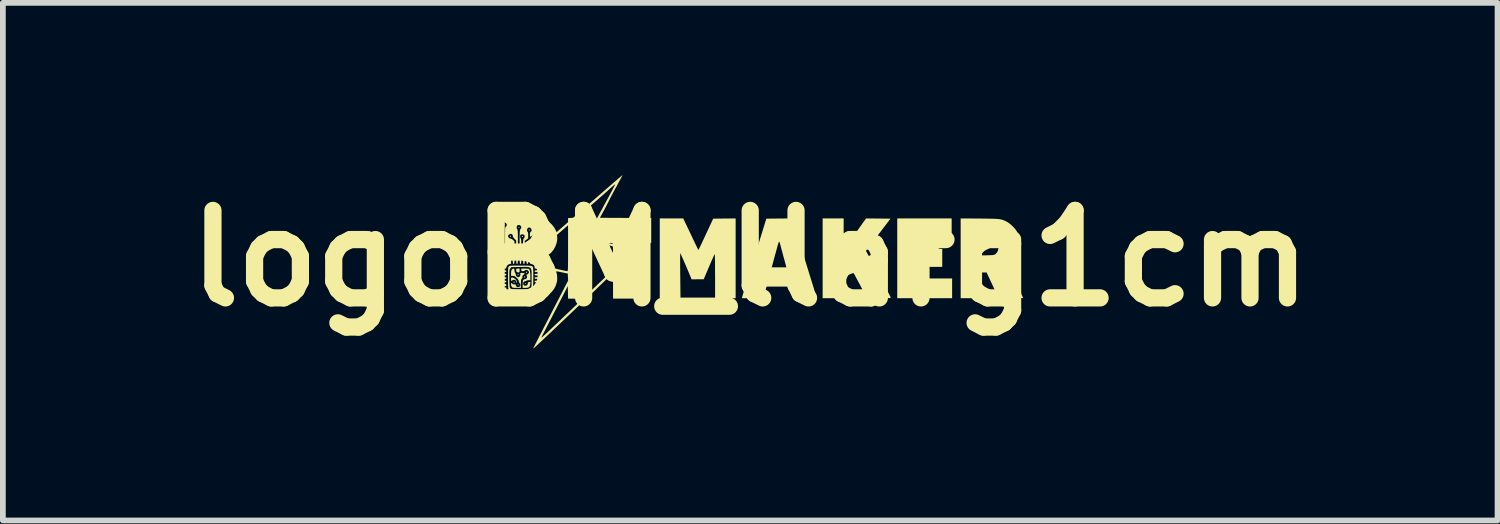
<source format=kicad_pcb>
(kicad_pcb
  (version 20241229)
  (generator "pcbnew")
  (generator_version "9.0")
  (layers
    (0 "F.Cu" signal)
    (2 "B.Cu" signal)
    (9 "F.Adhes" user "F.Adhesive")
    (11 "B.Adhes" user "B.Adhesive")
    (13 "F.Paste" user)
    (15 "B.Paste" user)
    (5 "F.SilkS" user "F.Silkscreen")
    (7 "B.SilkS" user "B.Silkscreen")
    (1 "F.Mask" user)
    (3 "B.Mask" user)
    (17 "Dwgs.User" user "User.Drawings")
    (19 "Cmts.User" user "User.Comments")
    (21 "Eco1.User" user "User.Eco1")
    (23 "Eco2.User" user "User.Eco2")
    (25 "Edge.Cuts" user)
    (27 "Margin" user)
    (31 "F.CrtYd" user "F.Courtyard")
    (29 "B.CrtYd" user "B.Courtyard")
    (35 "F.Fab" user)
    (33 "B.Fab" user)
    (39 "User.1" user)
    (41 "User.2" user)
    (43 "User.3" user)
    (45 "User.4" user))
  (footprint "logoBM_llarg1cm"
    (layer "F.Cu")
    (at 10.022 1.451)
    (property "Reference" "logoBM_llarg1cm" (at 0 0 0) (layer "F.SilkS") (effects (font (size 1.524 1.524) (thickness 0.3))))
    (attr board_only exclude_from_pos_files exclude_from_bom)
    (fp_poly (pts (xy -4.274 -0.585) (xy -4.273 -0.583) (xy -4.277 -0.576) (xy -4.283 -0.575) (xy -4.292 -0.579) (xy -4.293 -0.583) (xy -4.285 -0.591) (xy -4.283 -0.591)) (stroke (width 0) (type solid)) (fill yes) (layer "F.SilkS"))
    (fp_poly (pts (xy -4.168 -0.39) (xy -4.167 -0.385) (xy -4.172 -0.374) (xy -4.182 -0.376) (xy -4.185 -0.378) (xy -4.186 -0.388) (xy -4.179 -0.395) (xy -4.174 -0.396)) (stroke (width 0) (type solid)) (fill yes) (layer "F.SilkS"))
    (fp_poly (pts (xy -4.107 0.407) (xy -4.104 0.416) (xy -4.109 0.424) (xy -4.115 0.426) (xy -4.125 0.42) (xy -4.126 0.419) (xy -4.125 0.41) (xy -4.117 0.405)) (stroke (width 0) (type solid)) (fill yes) (layer "F.SilkS"))
    (fp_poly (pts (xy -4.035 0.46) (xy -4.034 0.462) (xy -4.038 0.469) (xy -4.044 0.471) (xy -4.053 0.467) (xy -4.054 0.462) (xy -4.046 0.455) (xy -4.044 0.454)) (stroke (width 0) (type solid)) (fill yes) (layer "F.SilkS"))
    (fp_poly (pts (xy -4.034 0.28) (xy -4.033 0.283) (xy -4.038 0.293) (xy -4.047 0.295) (xy -4.051 0.294) (xy -4.055 0.283) (xy -4.047 0.277) (xy -4.044 0.276)) (stroke (width 0) (type solid)) (fill yes) (layer "F.SilkS"))
    (fp_poly (pts (xy -4.02 -0.54) (xy -4.019 -0.538) (xy -4.023 -0.531) (xy -4.029 -0.53) (xy -4.038 -0.534) (xy -4.039 -0.538) (xy -4.031 -0.546) (xy -4.029 -0.546)) (stroke (width 0) (type solid)) (fill yes) (layer "F.SilkS"))
    (fp_poly (pts (xy -3.96 -0.385) (xy -3.958 -0.381) (xy -3.963 -0.372) (xy -3.973 -0.369) (xy -3.976 -0.371) (xy -3.98 -0.382) (xy -3.972 -0.388) (xy -3.969 -0.388)) (stroke (width 0) (type solid)) (fill yes) (layer "F.SilkS"))
    (fp_poly (pts (xy -3.922 0.32) (xy -3.921 0.325) (xy -3.925 0.335) (xy -3.936 0.333) (xy -3.938 0.331) (xy -3.94 0.322) (xy -3.932 0.314) (xy -3.928 0.314)) (stroke (width 0) (type solid)) (fill yes) (layer "F.SilkS"))
    (fp_poly (pts (xy -3.908 0.438) (xy -3.907 0.44) (xy -3.911 0.447) (xy -3.917 0.448) (xy -3.926 0.444) (xy -3.927 0.44) (xy -3.919 0.432) (xy -3.917 0.432)) (stroke (width 0) (type solid)) (fill yes) (layer "F.SilkS"))
    (fp_poly (pts (xy -3.891 0.235) (xy -3.887 0.244) (xy -3.893 0.252) (xy -3.899 0.254) (xy -3.908 0.249) (xy -3.909 0.247) (xy -3.909 0.238) (xy -3.9 0.233)) (stroke (width 0) (type solid)) (fill yes) (layer "F.SilkS"))
    (fp_poly (pts (xy -3.841 -0.496) (xy -3.84 -0.493) (xy -3.844 -0.487) (xy -3.85 -0.485) (xy -3.859 -0.489) (xy -3.86 -0.493) (xy -3.852 -0.501) (xy -3.85 -0.502)) (stroke (width 0) (type solid)) (fill yes) (layer "F.SilkS"))
    (fp_poly (pts (xy -3.704 -0.275) (xy -3.703 -0.273) (xy -3.709 -0.264) (xy -3.711 -0.263) (xy -3.718 -0.266) (xy -3.719 -0.273) (xy -3.715 -0.282) (xy -3.711 -0.282)) (stroke (width 0) (type solid)) (fill yes) (layer "F.SilkS"))
    (fp_poly (pts (xy -3.698 -0.444) (xy -3.697 -0.441) (xy -3.702 -0.431) (xy -3.711 -0.429) (xy -3.714 -0.431) (xy -3.719 -0.442) (xy -3.711 -0.448) (xy -3.708 -0.448)) (stroke (width 0) (type solid)) (fill yes) (layer "F.SilkS"))
    (fp_poly (pts (xy 3.51 -0.351) (xy 2.928 -0.351) (xy 2.928 -0.164) (xy 3.346 -0.164) (xy 3.346 0.149) (xy 2.928 0.149) (xy 2.928 0.351) (xy 3.518 0.351) (xy 3.518 0.695) (xy 2.562 0.695) (xy 2.562 -0.695) (xy 3.51 -0.695)) (stroke (width 0) (type solid)) (fill yes) (layer "F.SilkS"))
    (fp_poly (pts (xy -4.018 0.212) (xy -4.019 0.233) (xy -4.022 0.242) (xy -4.032 0.245) (xy -4.04 0.245) (xy -4.059 0.242) (xy -4.07 0.236) (xy -4.075 0.224) (xy -4.078 0.205) (xy -4.078 0.204) (xy -4.077 0.188) (xy -4.071 0.181) (xy -4.056 0.179) (xy -4.048 0.179) (xy -4.018 0.179)) (stroke (width 0) (type solid)) (fill yes) (layer "F.SilkS"))
    (fp_poly (pts (xy -4.122 0.341) (xy -4.102 0.354) (xy -4.083 0.371) (xy -4.07 0.391) (xy -4.063 0.41) (xy -4.065 0.424) (xy -4.07 0.429) (xy -4.074 0.428) (xy -4.073 0.422) (xy -4.074 0.408) (xy -4.081 0.392) (xy -4.097 0.378) (xy -4.118 0.373) (xy -4.138 0.379) (xy -4.145 0.385) (xy -4.157 0.395) (xy -4.164 0.391) (xy -4.167 0.373) (xy -4.167 0.366) (xy -4.167 0.347) (xy -4.162 0.338) (xy -4.149 0.336) (xy -4.143 0.336)) (stroke (width 0) (type solid)) (fill yes) (layer "F.SilkS"))
    (fp_poly (pts (xy -0.254 0.695) (xy -0.612 0.695) (xy -0.612 0.31) (xy -0.613 0.236) (xy -0.613 0.166) (xy -0.613 0.103) (xy -0.614 0.047) (xy -0.615 -0.000056) (xy -0.616 -0.037) (xy -0.617 -0.062) (xy -0.618 -0.074) (xy -0.618 -0.075) (xy -0.622 -0.068) (xy -0.631 -0.049) (xy -0.645 -0.02) (xy -0.662 0.018) (xy -0.682 0.064) (xy -0.704 0.115) (xy -0.717 0.145) (xy -0.81 0.365) (xy -1.021 0.366) (xy -1.117 0.138) (xy -1.141 0.084) (xy -1.162 0.034) (xy -1.181 -0.009) (xy -1.197 -0.045) (xy -1.209 -0.071) (xy -1.217 -0.086) (xy -1.219 -0.09) (xy -1.22 -0.082) (xy -1.22 -0.062) (xy -1.221 -0.029) (xy -1.221 0.015) (xy -1.221 0.068) (xy -1.221 0.13) (xy -1.22 0.197) (xy -1.22 0.271) (xy -1.219 0.302) (xy -1.215 0.695) (xy -1.576 0.695) (xy -1.576 -0.695) (xy -1.167 -0.695) (xy -1.038 -0.424) (xy -1.01 -0.365) (xy -0.984 -0.31) (xy -0.96 -0.261) (xy -0.94 -0.219) (xy -0.924 -0.186) (xy -0.913 -0.163) (xy -0.907 -0.151) (xy -0.906 -0.15) (xy -0.9 -0.151) (xy -0.899 -0.151) (xy -0.895 -0.159) (xy -0.886 -0.178) (xy -0.871 -0.208) (xy -0.852 -0.248) (xy -0.83 -0.295) (xy -0.805 -0.348) (xy -0.778 -0.406) (xy -0.77 -0.423) (xy -0.645 -0.691) (xy -0.449 -0.693) (xy -0.254 -0.695)) (stroke (width 0) (type solid)) (fill yes) (layer "F.SilkS"))
    (fp_poly (pts (xy -3.927 0.179) (xy -3.897 0.18) (xy -3.873 0.182) (xy -3.858 0.184) (xy -3.856 0.185) (xy -3.845 0.199) (xy -3.837 0.225) (xy -3.832 0.263) (xy -3.831 0.307) (xy -3.831 0.381) (xy -3.861 0.381) (xy -3.881 0.383) (xy -3.893 0.387) (xy -3.895 0.388) (xy -3.905 0.394) (xy -3.916 0.396) (xy -3.936 0.402) (xy -3.952 0.417) (xy -3.958 0.436) (xy -3.953 0.46) (xy -3.936 0.475) (xy -3.918 0.478) (xy -3.895 0.474) (xy -3.881 0.461) (xy -3.875 0.437) (xy -3.87 0.42) (xy -3.858 0.413) (xy -3.851 0.412) (xy -3.829 0.41) (xy -3.833 0.449) (xy -3.839 0.479) (xy -3.85 0.499) (xy -3.87 0.51) (xy -3.901 0.515) (xy -3.918 0.515) (xy -3.966 0.515) (xy -3.964 0.447) (xy -3.963 0.413) (xy -3.96 0.39) (xy -3.954 0.377) (xy -3.943 0.369) (xy -3.925 0.364) (xy -3.919 0.362) (xy -3.899 0.352) (xy -3.888 0.333) (xy -3.89 0.311) (xy -3.894 0.302) (xy -3.901 0.289) (xy -3.898 0.284) (xy -3.889 0.282) (xy -3.874 0.275) (xy -3.862 0.26) (xy -3.855 0.245) (xy -3.857 0.232) (xy -3.864 0.221) (xy -3.88 0.206) (xy -3.901 0.201) (xy -3.921 0.207) (xy -3.928 0.213) (xy -3.942 0.221) (xy -3.962 0.224) (xy -3.963 0.224) (xy -3.98 0.223) (xy -3.987 0.216) (xy -3.988 0.202) (xy -3.988 0.179)) (stroke (width 0) (type solid)) (fill yes) (layer "F.SilkS"))
    (fp_poly (pts (xy 2.232 -0.693) (xy 2.444 -0.691) (xy 2.248 -0.433) (xy 2.206 -0.378) (xy 2.166 -0.326) (xy 2.13 -0.278) (xy 2.098 -0.236) (xy 2.071 -0.201) (xy 2.051 -0.174) (xy 2.038 -0.158) (xy 2.034 -0.153) (xy 2.017 -0.13) (xy 2.231 0.269) (xy 2.269 0.341) (xy 2.305 0.409) (xy 2.339 0.472) (xy 2.369 0.529) (xy 2.395 0.578) (xy 2.417 0.62) (xy 2.433 0.652) (xy 2.444 0.672) (xy 2.448 0.681) (xy 2.448 0.681) (xy 2.448 0.685) (xy 2.445 0.688) (xy 2.438 0.691) (xy 2.425 0.692) (xy 2.403 0.693) (xy 2.373 0.694) (xy 2.332 0.694) (xy 2.278 0.695) (xy 2.243 0.695) (xy 2.035 0.695) (xy 1.897 0.433) (xy 1.866 0.376) (xy 1.838 0.323) (xy 1.812 0.276) (xy 1.79 0.236) (xy 1.771 0.204) (xy 1.759 0.183) (xy 1.751 0.172) (xy 1.751 0.172) (xy 1.743 0.177) (xy 1.729 0.193) (xy 1.71 0.215) (xy 1.687 0.243) (xy 1.685 0.246) (xy 1.628 0.32) (xy 1.628 0.695) (xy 1.262 0.695) (xy 1.262 -0.695) (xy 1.628 -0.695) (xy 1.628 -0.425) (xy 1.628 -0.358) (xy 1.629 -0.298) (xy 1.63 -0.248) (xy 1.631 -0.207) (xy 1.632 -0.178) (xy 1.634 -0.161) (xy 1.635 -0.158) (xy 1.641 -0.165) (xy 1.654 -0.182) (xy 1.674 -0.209) (xy 1.699 -0.244) (xy 1.729 -0.287) (xy 1.763 -0.335) (xy 1.8 -0.387) (xy 1.812 -0.404) (xy 1.85 -0.458) (xy 1.887 -0.51) (xy 1.92 -0.557) (xy 1.949 -0.598) (xy 1.972 -0.631) (xy 1.99 -0.655) (xy 2 -0.67) (xy 2.002 -0.671) (xy 2.02 -0.695)) (stroke (width 0) (type solid)) (fill yes) (layer "F.SilkS"))
    (fp_poly (pts (xy -4.113 0.182) (xy -4.109 0.191) (xy -4.108 0.211) (xy -4.108 0.212) (xy -4.105 0.237) (xy -4.097 0.253) (xy -4.096 0.254) (xy -4.088 0.268) (xy -4.085 0.284) (xy -4.079 0.305) (xy -4.062 0.322) (xy -4.04 0.329) (xy -4.04 0.329) (xy -4.022 0.322) (xy -4.009 0.305) (xy -4.004 0.283) (xy -4.005 0.277) (xy -4.006 0.263) (xy -4.002 0.256) (xy -3.99 0.254) (xy -3.973 0.254) (xy -3.949 0.256) (xy -3.934 0.263) (xy -3.931 0.272) (xy -3.94 0.281) (xy -3.947 0.284) (xy -3.964 0.297) (xy -3.971 0.316) (xy -3.969 0.33) (xy -3.971 0.342) (xy -3.98 0.355) (xy -3.987 0.363) (xy -3.992 0.374) (xy -3.994 0.391) (xy -3.995 0.418) (xy -3.996 0.442) (xy -3.996 0.515) (xy -4.067 0.515) (xy -4.101 0.515) (xy -4.124 0.513) (xy -4.139 0.51) (xy -4.149 0.504) (xy -4.152 0.5) (xy -4.165 0.477) (xy -4.167 0.456) (xy -4.166 0.434) (xy -4.16 0.427) (xy -4.152 0.434) (xy -4.146 0.441) (xy -4.135 0.452) (xy -4.118 0.455) (xy -4.111 0.454) (xy -4.093 0.453) (xy -4.086 0.458) (xy -4.085 0.467) (xy -4.079 0.487) (xy -4.061 0.499) (xy -4.043 0.502) (xy -4.021 0.496) (xy -4.008 0.481) (xy -4.004 0.461) (xy -4.012 0.44) (xy -4.018 0.433) (xy -4.029 0.414) (xy -4.033 0.397) (xy -4.037 0.38) (xy -4.051 0.36) (xy -4.069 0.341) (xy -4.09 0.322) (xy -4.106 0.311) (xy -4.122 0.307) (xy -4.136 0.306) (xy -4.167 0.306) (xy -4.167 0.258) (xy -4.164 0.219) (xy -4.153 0.194) (xy -4.135 0.181) (xy -4.123 0.179)) (stroke (width 0) (type solid)) (fill yes) (layer "F.SilkS"))
    (fp_poly (pts (xy 3.997 -0.693) (xy 4.081 -0.692) (xy 4.151 -0.691) (xy 4.209 -0.69) (xy 4.257 -0.689) (xy 4.297 -0.686) (xy 4.329 -0.684) (xy 4.357 -0.68) (xy 4.38 -0.675) (xy 4.401 -0.669) (xy 4.421 -0.661) (xy 4.442 -0.652) (xy 4.465 -0.64) (xy 4.466 -0.64) (xy 4.502 -0.618) (xy 4.542 -0.587) (xy 4.581 -0.55) (xy 4.616 -0.512) (xy 4.642 -0.475) (xy 4.648 -0.465) (xy 4.674 -0.403) (xy 4.691 -0.332) (xy 4.699 -0.251) (xy 4.699 -0.22) (xy 4.695 -0.14) (xy 4.683 -0.071) (xy 4.662 -0.009) (xy 4.63 0.047) (xy 4.613 0.07) (xy 4.597 0.087) (xy 4.575 0.108) (xy 4.55 0.129) (xy 4.525 0.148) (xy 4.505 0.161) (xy 4.496 0.166) (xy 4.497 0.173) (xy 4.505 0.191) (xy 4.518 0.221) (xy 4.537 0.259) (xy 4.559 0.304) (xy 4.585 0.356) (xy 4.614 0.412) (xy 4.622 0.429) (xy 4.652 0.487) (xy 4.68 0.54) (xy 4.704 0.587) (xy 4.725 0.628) (xy 4.741 0.659) (xy 4.752 0.681) (xy 4.757 0.692) (xy 4.757 0.692) (xy 4.75 0.693) (xy 4.73 0.693) (xy 4.699 0.694) (xy 4.658 0.694) (xy 4.61 0.694) (xy 4.556 0.694) (xy 4.543 0.694) (xy 4.328 0.694) (xy 4.119 0.247) (xy 4.08 0.247) (xy 4.04 0.246) (xy 4.04 0.695) (xy 3.667 0.695) (xy 3.667 -0.36) (xy 4.04 -0.36) (xy 4.04 -0.051) (xy 4.144 -0.053) (xy 4.187 -0.055) (xy 4.218 -0.056) (xy 4.239 -0.059) (xy 4.253 -0.063) (xy 4.264 -0.068) (xy 4.269 -0.071) (xy 4.297 -0.097) (xy 4.314 -0.128) (xy 4.324 -0.165) (xy 4.328 -0.204) (xy 4.325 -0.245) (xy 4.316 -0.281) (xy 4.303 -0.306) (xy 4.288 -0.324) (xy 4.274 -0.337) (xy 4.256 -0.346) (xy 4.233 -0.352) (xy 4.202 -0.355) (xy 4.159 -0.357) (xy 4.144 -0.357) (xy 4.04 -0.36) (xy 3.667 -0.36) (xy 3.667 -0.695)) (stroke (width 0) (type solid)) (fill yes) (layer "F.SilkS"))
    (fp_poly (pts (xy 0.738 -0.67) (xy 0.744 -0.652) (xy 0.754 -0.621) (xy 0.767 -0.58) (xy 0.783 -0.528) (xy 0.801 -0.468) (xy 0.822 -0.401) (xy 0.845 -0.328) (xy 0.869 -0.25) (xy 0.894 -0.168) (xy 0.92 -0.084) (xy 0.947 0.001) (xy 0.973 0.087) (xy 0.999 0.171) (xy 1.024 0.252) (xy 1.048 0.33) (xy 1.071 0.403) (xy 1.092 0.47) (xy 1.11 0.53) (xy 1.126 0.581) (xy 1.138 0.622) (xy 1.147 0.652) (xy 1.153 0.67) (xy 1.154 0.674) (xy 1.159 0.695) (xy 0.968 0.695) (xy 0.91 0.694) (xy 0.865 0.694) (xy 0.831 0.694) (xy 0.807 0.693) (xy 0.791 0.691) (xy 0.781 0.689) (xy 0.776 0.686) (xy 0.774 0.682) (xy 0.774 0.681) (xy 0.771 0.669) (xy 0.764 0.646) (xy 0.756 0.615) (xy 0.746 0.581) (xy 0.722 0.493) (xy 0.285 0.493) (xy 0.277 0.517) (xy 0.272 0.535) (xy 0.265 0.562) (xy 0.256 0.596) (xy 0.25 0.618) (xy 0.229 0.695) (xy -0.144 0.695) (xy -0.139 0.67) (xy -0.136 0.66) (xy -0.129 0.636) (xy -0.118 0.6) (xy -0.104 0.553) (xy -0.086 0.496) (xy -0.066 0.429) (xy -0.043 0.355) (xy -0.018 0.274) (xy 0.009 0.186) (xy 0.018 0.157) (xy 0.375 0.157) (xy 0.629 0.157) (xy 0.626 0.14) (xy 0.623 0.13) (xy 0.617 0.107) (xy 0.608 0.075) (xy 0.598 0.035) (xy 0.585 -0.01) (xy 0.572 -0.058) (xy 0.559 -0.107) (xy 0.546 -0.154) (xy 0.535 -0.197) (xy 0.525 -0.234) (xy 0.517 -0.262) (xy 0.512 -0.279) (xy 0.511 -0.282) (xy 0.508 -0.289) (xy 0.503 -0.289) (xy 0.497 -0.279) (xy 0.49 -0.26) (xy 0.48 -0.229) (xy 0.468 -0.185) (xy 0.458 -0.147) (xy 0.444 -0.097) (xy 0.429 -0.044) (xy 0.416 0.005) (xy 0.404 0.048) (xy 0.397 0.077) (xy 0.375 0.157) (xy 0.018 0.157) (xy 0.038 0.094) (xy 0.068 -0.002) (xy 0.074 -0.022) (xy 0.281 -0.691) (xy 0.506 -0.693) (xy 0.731 -0.695)) (stroke (width 0) (type solid)) (fill yes) (layer "F.SilkS"))
    (fp_poly (pts (xy -3.939 0.127) (xy -3.891 0.127) (xy -3.854 0.129) (xy -3.828 0.131) (xy -3.809 0.134) (xy -3.797 0.14) (xy -3.79 0.148) (xy -3.786 0.158) (xy -3.783 0.171) (xy -3.783 0.174) (xy -3.781 0.188) (xy -3.781 0.215) (xy -3.78 0.252) (xy -3.78 0.296) (xy -3.78 0.345) (xy -3.78 0.368) (xy -3.781 0.423) (xy -3.782 0.465) (xy -3.783 0.496) (xy -3.785 0.517) (xy -3.787 0.532) (xy -3.79 0.541) (xy -3.794 0.547) (xy -3.799 0.552) (xy -3.8 0.553) (xy -3.807 0.558) (xy -3.815 0.561) (xy -3.827 0.564) (xy -3.845 0.565) (xy -3.87 0.566) (xy -3.905 0.567) (xy -3.951 0.567) (xy -3.998 0.567) (xy -4.049 0.567) (xy -4.095 0.566) (xy -4.135 0.565) (xy -4.165 0.564) (xy -4.184 0.563) (xy -4.19 0.562) (xy -4.199 0.558) (xy -4.206 0.553) (xy -4.211 0.543) (xy -4.214 0.528) (xy -4.217 0.506) (xy -4.219 0.475) (xy -4.219 0.433) (xy -4.22 0.379) (xy -4.22 0.346) (xy -4.22 0.34) (xy -4.197 0.34) (xy -4.197 0.386) (xy -4.196 0.428) (xy -4.194 0.463) (xy -4.192 0.489) (xy -4.19 0.503) (xy -4.19 0.503) (xy -4.183 0.517) (xy -4.174 0.527) (xy -4.159 0.534) (xy -4.137 0.54) (xy -4.106 0.543) (xy -4.065 0.544) (xy -4.011 0.545) (xy -4.005 0.545) (xy -3.959 0.545) (xy -3.917 0.543) (xy -3.883 0.542) (xy -3.859 0.539) (xy -3.849 0.537) (xy -3.837 0.532) (xy -3.827 0.526) (xy -3.82 0.516) (xy -3.815 0.501) (xy -3.812 0.479) (xy -3.81 0.449) (xy -3.809 0.407) (xy -3.809 0.353) (xy -3.809 0.345) (xy -3.809 0.287) (xy -3.809 0.242) (xy -3.812 0.207) (xy -3.819 0.182) (xy -3.831 0.166) (xy -3.851 0.156) (xy -3.879 0.151) (xy -3.918 0.149) (xy -3.969 0.15) (xy -4.017 0.151) (xy -4.161 0.153) (xy -4.179 0.174) (xy -4.185 0.182) (xy -4.19 0.19) (xy -4.193 0.2) (xy -4.195 0.216) (xy -4.197 0.239) (xy -4.197 0.27) (xy -4.197 0.314) (xy -4.197 0.34) (xy -4.22 0.34) (xy -4.22 0.288) (xy -4.219 0.243) (xy -4.219 0.209) (xy -4.218 0.184) (xy -4.216 0.167) (xy -4.213 0.156) (xy -4.21 0.149) (xy -4.206 0.143) (xy -4.205 0.142) (xy -4.199 0.137) (xy -4.193 0.134) (xy -4.182 0.131) (xy -4.167 0.129) (xy -4.144 0.128) (xy -4.113 0.127) (xy -4.07 0.127) (xy -4.015 0.127) (xy -4 0.127)) (stroke (width 0) (type solid)) (fill yes) (layer "F.SilkS"))
    (fp_poly (pts (xy -2.239 -1.422) (xy -2.247 -1.407) (xy -2.26 -1.382) (xy -2.279 -1.348) (xy -2.301 -1.307) (xy -2.325 -1.261) (xy -2.345 -1.225) (xy -2.372 -1.175) (xy -2.399 -1.125) (xy -2.423 -1.078) (xy -2.445 -1.037) (xy -2.461 -1.004) (xy -2.468 -0.99) (xy -2.484 -0.959) (xy -2.504 -0.919) (xy -2.527 -0.875) (xy -2.551 -0.831) (xy -2.56 -0.814) (xy -2.619 -0.706) (xy -2.172 -0.704) (xy -1.725 -0.702) (xy -1.725 -0.269) (xy -2.009 -0.269) (xy -2.009 -0.22) (xy -2.008 -0.192) (xy -2.005 -0.175) (xy -1.999 -0.168) (xy -1.998 -0.168) (xy -1.976 -0.161) (xy -1.967 -0.155) (xy -1.97 -0.148) (xy -1.983 -0.136) (xy -1.985 -0.135) (xy -2.009 -0.115) (xy -2.009 0.702) (xy -2.39 0.702) (xy -2.39 0.482) (xy -2.39 0.426) (xy -2.391 0.376) (xy -2.391 0.332) (xy -2.392 0.297) (xy -2.393 0.274) (xy -2.395 0.262) (xy -2.395 0.261) (xy -2.402 0.266) (xy -2.418 0.28) (xy -2.44 0.302) (xy -2.469 0.329) (xy -2.501 0.36) (xy -2.505 0.364) (xy -2.545 0.403) (xy -2.589 0.446) (xy -2.633 0.488) (xy -2.672 0.526) (xy -2.694 0.548) (xy -2.778 0.628) (xy -2.778 0.702) (xy -2.857 0.702) (xy -3.312 1.135) (xy -3.382 1.201) (xy -3.448 1.264) (xy -3.51 1.323) (xy -3.568 1.377) (xy -3.62 1.426) (xy -3.666 1.469) (xy -3.705 1.506) (xy -3.736 1.534) (xy -3.758 1.555) (xy -3.771 1.566) (xy -3.773 1.568) (xy -3.779 1.565) (xy -3.779 1.565) (xy -3.776 1.558) (xy -3.766 1.539) (xy -3.75 1.508) (xy -3.729 1.467) (xy -3.703 1.416) (xy -3.685 1.381) (xy -3.636 1.381) (xy -3.633 1.381) (xy -3.628 1.378) (xy -3.62 1.37) (xy -3.601 1.353) (xy -3.574 1.328) (xy -3.538 1.294) (xy -3.496 1.255) (xy -3.448 1.209) (xy -3.395 1.159) (xy -3.338 1.105) (xy -3.278 1.048) (xy -3.264 1.034) (xy -2.92 0.706) (xy -3.047 0.704) (xy -3.174 0.702) (xy -3.176 0.592) (xy -3.178 0.483) (xy -3.36 0.837) (xy -3.397 0.909) (xy -3.433 0.979) (xy -3.468 1.047) (xy -3.501 1.11) (xy -3.531 1.168) (xy -3.557 1.218) (xy -3.577 1.258) (xy -3.593 1.287) (xy -3.595 1.292) (xy -3.615 1.33) (xy -3.628 1.357) (xy -3.635 1.373) (xy -3.636 1.381) (xy -3.685 1.381) (xy -3.673 1.357) (xy -3.639 1.291) (xy -3.601 1.217) (xy -3.561 1.139) (xy -3.518 1.055) (xy -3.476 0.975) (xy -3.173 0.388) (xy -3.176 0.327) (xy -3.178 0.266) (xy -3.278 0.245) (xy -3.314 0.237) (xy -3.345 0.231) (xy -3.368 0.228) (xy -3.38 0.226) (xy -3.381 0.227) (xy -3.38 0.235) (xy -3.376 0.249) (xy -3.368 0.28) (xy -3.364 0.319) (xy -3.363 0.361) (xy -3.366 0.4) (xy -3.368 0.407) (xy -3.386 0.471) (xy -3.417 0.531) (xy -3.459 0.586) (xy -3.508 0.631) (xy -3.548 0.657) (xy -3.565 0.666) (xy -3.582 0.674) (xy -3.599 0.68) (xy -3.618 0.686) (xy -3.64 0.69) (xy -3.667 0.694) (xy -3.699 0.696) (xy -3.738 0.698) (xy -3.785 0.7) (xy -3.841 0.701) (xy -3.908 0.701) (xy -3.987 0.702) (xy -4.08 0.702) (xy -4.113 0.702) (xy -4.533 0.702) (xy -4.533 0.497) (xy -4.354 0.497) (xy -4.351 0.503) (xy -4.34 0.506) (xy -4.318 0.508) (xy -4.303 0.508) (xy -4.251 0.508) (xy -4.247 0.538) (xy -4.239 0.562) (xy -4.224 0.578) (xy -4.218 0.583) (xy -4.21 0.587) (xy -4.201 0.591) (xy -4.189 0.593) (xy -4.172 0.595) (xy -4.149 0.596) (xy -4.117 0.597) (xy -4.074 0.596) (xy -4.02 0.596) (xy -3.994 0.596) (xy -3.795 0.594) (xy -3.776 0.576) (xy -3.76 0.552) (xy -3.757 0.533) (xy -3.757 0.508) (xy -3.701 0.508) (xy -3.671 0.507) (xy -3.654 0.505) (xy -3.646 0.501) (xy -3.645 0.497) (xy -3.648 0.491) (xy -3.658 0.487) (xy -3.679 0.486) (xy -3.701 0.485) (xy -3.729 0.485) (xy -3.746 0.484) (xy -3.754 0.48) (xy -3.756 0.473) (xy -3.757 0.467) (xy -3.756 0.457) (xy -3.752 0.452) (xy -3.741 0.449) (xy -3.72 0.448) (xy -3.701 0.448) (xy -3.672 0.448) (xy -3.655 0.446) (xy -3.647 0.442) (xy -3.645 0.436) (xy -3.645 0.433) (xy -3.646 0.426) (xy -3.652 0.421) (xy -3.666 0.419) (xy -3.691 0.418) (xy -3.701 0.418) (xy -3.729 0.418) (xy -3.746 0.416) (xy -3.754 0.413) (xy -3.757 0.406) (xy -3.757 0.403) (xy -3.755 0.396) (xy -3.749 0.391) (xy -3.735 0.389) (xy -3.711 0.388) (xy -3.701 0.388) (xy -3.672 0.388) (xy -3.655 0.386) (xy -3.647 0.383) (xy -3.645 0.376) (xy -3.645 0.373) (xy -3.646 0.366) (xy -3.652 0.361) (xy -3.666 0.359) (xy -3.691 0.359) (xy -3.701 0.358) (xy -3.729 0.358) (xy -3.746 0.357) (xy -3.754 0.353) (xy -3.757 0.346) (xy -3.757 0.344) (xy -3.755 0.336) (xy -3.749 0.331) (xy -3.735 0.329) (xy -3.711 0.329) (xy -3.701 0.329) (xy -3.672 0.328) (xy -3.655 0.327) (xy -3.647 0.323) (xy -3.645 0.316) (xy -3.645 0.314) (xy -3.646 0.306) (xy -3.652 0.302) (xy -3.666 0.299) (xy -3.691 0.299) (xy -3.701 0.299) (xy -3.729 0.298) (xy -3.746 0.297) (xy -3.754 0.293) (xy -3.757 0.286) (xy -3.757 0.284) (xy -3.755 0.276) (xy -3.749 0.272) (xy -3.735 0.27) (xy -3.711 0.269) (xy -3.701 0.269) (xy -3.672 0.269) (xy -3.655 0.267) (xy -3.647 0.263) (xy -3.645 0.257) (xy -3.645 0.254) (xy -3.646 0.246) (xy -3.652 0.242) (xy -3.666 0.24) (xy -3.691 0.239) (xy -3.701 0.239) (xy -3.729 0.239) (xy -3.746 0.237) (xy -3.754 0.233) (xy -3.757 0.227) (xy -3.757 0.224) (xy -3.755 0.216) (xy -3.749 0.212) (xy -3.735 0.21) (xy -3.711 0.209) (xy -3.701 0.209) (xy -3.672 0.209) (xy -3.655 0.207) (xy -3.647 0.203) (xy -3.645 0.197) (xy -3.645 0.194) (xy -3.646 0.187) (xy -3.652 0.182) (xy -3.666 0.18) (xy -3.691 0.179) (xy -3.701 0.179) (xy -3.729 0.179) (xy -3.746 0.178) (xy -3.754 0.174) (xy -3.756 0.167) (xy -3.757 0.161) (xy -3.759 0.142) (xy -3.761 0.131) (xy -3.772 0.118) (xy -3.792 0.106) (xy -3.814 0.098) (xy -3.823 0.097) (xy -3.829 0.097) (xy -3.833 0.093) (xy -3.836 0.086) (xy -3.837 0.071) (xy -3.838 0.048) (xy -3.838 0.014) (xy -3.838 -0.005) (xy -3.642 -0.005) (xy -3.635 0.000063) (xy -3.613 0.009) (xy -3.607 0.011) (xy -3.576 0.023) (xy -3.545 0.037) (xy -3.525 0.048) (xy -3.498 0.069) (xy -3.468 0.095) (xy -3.442 0.123) (xy -3.422 0.148) (xy -3.417 0.157) (xy -3.413 0.164) (xy -3.409 0.17) (xy -3.402 0.174) (xy -3.39 0.179) (xy -3.373 0.184) (xy -3.346 0.191) (xy -3.31 0.199) (xy -3.261 0.209) (xy -3.249 0.212) (xy -3.222 0.218) (xy -3.199 0.222) (xy -3.187 0.223) (xy -3.184 0.223) (xy -3.182 0.22) (xy -3.18 0.214) (xy -3.178 0.203) (xy -3.177 0.187) (xy -3.176 0.164) (xy -3.175 0.132) (xy -3.175 0.092) (xy -3.174 0.041) (xy -3.174 -0.021) (xy -3.174 -0.096) (xy -3.174 -0.176) (xy -3.174 -0.293) (xy -2.778 -0.293) (xy -2.778 0.571) (xy -2.735 0.53) (xy -2.718 0.513) (xy -2.692 0.489) (xy -2.66 0.457) (xy -2.622 0.421) (xy -2.581 0.382) (xy -2.541 0.344) (xy -2.39 0.2) (xy -2.39 -0.004) (xy -2.39 -0.065) (xy -2.39 -0.112) (xy -2.391 -0.148) (xy -2.392 -0.174) (xy -2.393 -0.192) (xy -2.395 -0.203) (xy -2.398 -0.209) (xy -2.402 -0.212) (xy -2.403 -0.212) (xy -2.414 -0.215) (xy -2.437 -0.22) (xy -2.47 -0.227) (xy -2.511 -0.236) (xy -2.558 -0.246) (xy -2.58 -0.25) (xy -2.629 -0.26) (xy -2.653 -0.266) (xy -2.458 -0.266) (xy -2.453 -0.262) (xy -2.45 -0.261) (xy -2.427 -0.256) (xy -2.407 -0.255) (xy -2.393 -0.257) (xy -2.39 -0.261) (xy -2.397 -0.265) (xy -2.414 -0.268) (xy -2.429 -0.268) (xy -2.45 -0.267) (xy -2.458 -0.266) (xy -2.653 -0.266) (xy -2.673 -0.27) (xy -2.711 -0.278) (xy -2.74 -0.284) (xy -2.758 -0.288) (xy -2.761 -0.289) (xy -2.778 -0.293) (xy -3.174 -0.293) (xy -3.174 -0.33) (xy -2.778 -0.33) (xy -2.743 -0.323) (xy -2.718 -0.318) (xy -2.697 -0.315) (xy -2.69 -0.315) (xy -2.674 -0.314) (xy -2.674 -0.456) (xy -2.674 -0.509) (xy -2.675 -0.55) (xy -2.677 -0.579) (xy -2.679 -0.595) (xy -2.681 -0.597) (xy -2.688 -0.591) (xy -2.689 -0.586) (xy -2.692 -0.576) (xy -2.701 -0.555) (xy -2.715 -0.528) (xy -2.733 -0.496) (xy -2.733 -0.494) (xy -2.753 -0.458) (xy -2.766 -0.432) (xy -2.773 -0.412) (xy -2.777 -0.394) (xy -2.778 -0.375) (xy -2.778 -0.371) (xy -2.778 -0.33) (xy -3.174 -0.33) (xy -3.174 -0.576) (xy -3.368 -0.408) (xy -3.363 -0.377) (xy -3.363 -0.324) (xy -3.373 -0.267) (xy -3.394 -0.21) (xy -3.423 -0.155) (xy -3.459 -0.109) (xy -3.484 -0.085) (xy -3.517 -0.061) (xy -3.552 -0.039) (xy -3.587 -0.022) (xy -3.618 -0.01) (xy -3.636 -0.007) (xy -3.642 -0.005) (xy -3.838 -0.005) (xy -3.838 -0.032) (xy -3.838 -0.161) (xy -3.79 -0.196) (xy -3.76 -0.217) (xy -3.737 -0.228) (xy -3.718 -0.232) (xy -3.716 -0.232) (xy -3.69 -0.237) (xy -3.673 -0.251) (xy -3.667 -0.271) (xy -3.672 -0.291) (xy -3.686 -0.305) (xy -3.705 -0.313) (xy -3.724 -0.312) (xy -3.74 -0.304) (xy -3.749 -0.288) (xy -3.749 -0.28) (xy -3.756 -0.266) (xy -3.775 -0.247) (xy -3.795 -0.232) (xy -3.82 -0.213) (xy -3.839 -0.198) (xy -3.853 -0.185) (xy -3.861 -0.171) (xy -3.866 -0.153) (xy -3.868 -0.129) (xy -3.869 -0.095) (xy -3.869 -0.051) (xy -3.869 -0.037) (xy -3.869 0.011) (xy -3.869 0.046) (xy -3.87 0.069) (xy -3.872 0.085) (xy -3.874 0.093) (xy -3.878 0.096) (xy -3.883 0.097) (xy -3.884 0.097) (xy -3.888 0.097) (xy -3.892 0.094) (xy -3.894 0.088) (xy -3.896 0.076) (xy -3.897 0.057) (xy -3.898 0.029) (xy -3.898 -0.01) (xy -3.898 -0.061) (xy -3.899 -0.096) (xy -3.899 -0.288) (xy -3.818 -0.344) (xy -3.778 -0.371) (xy -3.748 -0.388) (xy -3.727 -0.397) (xy -3.72 -0.397) (xy -3.699 -0.4) (xy -3.68 -0.411) (xy -3.669 -0.426) (xy -3.667 -0.434) (xy -3.672 -0.459) (xy -3.688 -0.474) (xy -3.707 -0.478) (xy -3.732 -0.473) (xy -3.746 -0.459) (xy -3.749 -0.445) (xy -3.756 -0.43) (xy -3.777 -0.411) (xy -3.788 -0.403) (xy -3.81 -0.389) (xy -3.826 -0.379) (xy -3.833 -0.375) (xy -3.836 -0.38) (xy -3.838 -0.396) (xy -3.839 -0.412) (xy -3.838 -0.437) (xy -3.833 -0.452) (xy -3.824 -0.461) (xy -3.811 -0.476) (xy -3.809 -0.496) (xy -3.816 -0.515) (xy -3.831 -0.531) (xy -3.851 -0.538) (xy -3.853 -0.538) (xy -3.871 -0.531) (xy -3.884 -0.515) (xy -3.89 -0.495) (xy -3.888 -0.475) (xy -3.88 -0.463) (xy -3.873 -0.452) (xy -3.87 -0.431) (xy -3.869 -0.401) (xy -3.869 -0.347) (xy -3.899 -0.326) (xy -3.928 -0.305) (xy -3.928 -0.104) (xy -3.928 -0.044) (xy -3.929 0.003) (xy -3.929 0.038) (xy -3.93 0.063) (xy -3.931 0.08) (xy -3.933 0.09) (xy -3.936 0.095) (xy -3.94 0.097) (xy -3.943 0.097) (xy -3.948 0.097) (xy -3.951 0.094) (xy -3.954 0.088) (xy -3.955 0.077) (xy -3.957 0.059) (xy -3.958 0.033) (xy -3.958 -0.003) (xy -3.958 -0.051) (xy -3.958 -0.112) (xy -3.958 -0.118) (xy -3.958 -0.181) (xy -3.958 -0.23) (xy -3.958 -0.268) (xy -3.957 -0.296) (xy -3.955 -0.315) (xy -3.953 -0.329) (xy -3.951 -0.338) (xy -3.947 -0.343) (xy -3.943 -0.347) (xy -3.93 -0.368) (xy -3.931 -0.392) (xy -3.936 -0.404) (xy -3.949 -0.414) (xy -3.969 -0.418) (xy -3.99 -0.416) (xy -4.002 -0.409) (xy -4.009 -0.393) (xy -4.009 -0.371) (xy -4.002 -0.352) (xy -3.999 -0.348) (xy -3.996 -0.343) (xy -3.993 -0.333) (xy -3.991 -0.318) (xy -3.99 -0.295) (xy -3.989 -0.263) (xy -3.988 -0.221) (xy -3.988 -0.166) (xy -3.988 -0.12) (xy -3.988 -0.057) (xy -3.988 -0.008) (xy -3.989 0.029) (xy -3.989 0.057) (xy -3.991 0.075) (xy -3.993 0.087) (xy -3.995 0.094) (xy -3.998 0.096) (xy -4.002 0.097) (xy -4.003 0.097) (xy -4.007 0.097) (xy -4.01 0.095) (xy -4.012 0.09) (xy -4.014 0.08) (xy -4.016 0.065) (xy -4.017 0.043) (xy -4.017 0.012) (xy -4.018 -0.028) (xy -4.018 -0.08) (xy -4.018 -0.145) (xy -4.018 -0.198) (xy -4.018 -0.272) (xy -4.018 -0.333) (xy -4.018 -0.381) (xy -4.017 -0.42) (xy -4.016 -0.448) (xy -4.015 -0.47) (xy -4.013 -0.484) (xy -4.011 -0.494) (xy -4.008 -0.501) (xy -4.005 -0.506) (xy -4.003 -0.508) (xy -3.99 -0.529) (xy -3.99 -0.551) (xy -4.002 -0.569) (xy -4.005 -0.571) (xy -4.029 -0.582) (xy -4.05 -0.578) (xy -4.059 -0.571) (xy -4.068 -0.553) (xy -4.07 -0.531) (xy -4.063 -0.512) (xy -4.059 -0.508) (xy -4.056 -0.504) (xy -4.054 -0.496) (xy -4.052 -0.483) (xy -4.051 -0.463) (xy -4.049 -0.436) (xy -4.049 -0.399) (xy -4.048 -0.351) (xy -4.048 -0.292) (xy -4.048 -0.219) (xy -4.048 -0.201) (xy -4.048 -0.126) (xy -4.048 -0.065) (xy -4.048 -0.017) (xy -4.049 0.021) (xy -4.049 0.049) (xy -4.051 0.07) (xy -4.052 0.083) (xy -4.054 0.091) (xy -4.057 0.095) (xy -4.06 0.097) (xy -4.063 0.097) (xy -4.067 0.097) (xy -4.071 0.094) (xy -4.073 0.088) (xy -4.075 0.076) (xy -4.076 0.058) (xy -4.077 0.031) (xy -4.078 -0.007) (xy -4.078 -0.056) (xy -4.078 -0.107) (xy -4.078 -0.311) (xy -4.107 -0.339) (xy -4.126 -0.361) (xy -4.135 -0.381) (xy -4.136 -0.385) (xy -4.141 -0.409) (xy -4.158 -0.423) (xy -4.173 -0.426) (xy -4.194 -0.42) (xy -4.211 -0.408) (xy -4.22 -0.391) (xy -4.22 -0.389) (xy -4.213 -0.368) (xy -4.198 -0.351) (xy -4.178 -0.344) (xy -4.177 -0.344) (xy -4.156 -0.337) (xy -4.134 -0.321) (xy -4.132 -0.32) (xy -4.108 -0.296) (xy -4.108 -0.099) (xy -4.108 -0.04) (xy -4.108 0.006) (xy -4.108 0.04) (xy -4.109 0.065) (xy -4.111 0.081) (xy -4.113 0.09) (xy -4.116 0.095) (xy -4.119 0.097) (xy -4.122 0.097) (xy -4.128 0.096) (xy -4.131 0.093) (xy -4.134 0.085) (xy -4.136 0.07) (xy -4.137 0.047) (xy -4.138 0.013) (xy -4.139 -0.034) (xy -4.139 -0.043) (xy -4.141 -0.183) (xy -4.272 -0.25) (xy -4.272 -0.396) (xy -4.272 -0.446) (xy -4.271 -0.483) (xy -4.271 -0.51) (xy -4.269 -0.528) (xy -4.267 -0.539) (xy -4.263 -0.546) (xy -4.258 -0.55) (xy -4.257 -0.551) (xy -4.244 -0.566) (xy -4.242 -0.587) (xy -4.25 -0.607) (xy -4.262 -0.617) (xy -4.277 -0.626) (xy -4.29 -0.625) (xy -4.301 -0.619) (xy -4.317 -0.603) (xy -4.323 -0.581) (xy -4.318 -0.56) (xy -4.314 -0.553) (xy -4.31 -0.547) (xy -4.307 -0.535) (xy -4.304 -0.517) (xy -4.303 -0.49) (xy -4.301 -0.453) (xy -4.3 -0.403) (xy -4.3 -0.384) (xy -4.298 -0.228) (xy -4.233 -0.194) (xy -4.167 -0.161) (xy -4.167 -0.033) (xy -4.167 0.095) (xy -4.193 0.1) (xy -4.219 0.111) (xy -4.238 0.131) (xy -4.249 0.154) (xy -4.25 0.162) (xy -4.25 0.171) (xy -4.255 0.176) (xy -4.267 0.179) (xy -4.29 0.179) (xy -4.302 0.179) (xy -4.329 0.18) (xy -4.345 0.181) (xy -4.352 0.186) (xy -4.354 0.193) (xy -4.354 0.194) (xy -4.353 0.202) (xy -4.346 0.207) (xy -4.332 0.209) (xy -4.306 0.209) (xy -4.302 0.209) (xy -4.274 0.21) (xy -4.259 0.211) (xy -4.251 0.215) (xy -4.25 0.223) (xy -4.25 0.224) (xy -4.251 0.232) (xy -4.257 0.236) (xy -4.272 0.238) (xy -4.298 0.239) (xy -4.302 0.239) (xy -4.329 0.239) (xy -4.345 0.241) (xy -4.352 0.245) (xy -4.354 0.253) (xy -4.354 0.254) (xy -4.353 0.262) (xy -4.346 0.266) (xy -4.332 0.268) (xy -4.306 0.269) (xy -4.302 0.269) (xy -4.274 0.269) (xy -4.259 0.271) (xy -4.251 0.275) (xy -4.25 0.283) (xy -4.25 0.284) (xy -4.251 0.292) (xy -4.257 0.296) (xy -4.272 0.298) (xy -4.298 0.299) (xy -4.302 0.299) (xy -4.329 0.299) (xy -4.345 0.301) (xy -4.352 0.305) (xy -4.354 0.312) (xy -4.354 0.314) (xy -4.353 0.322) (xy -4.346 0.326) (xy -4.332 0.328) (xy -4.306 0.329) (xy -4.302 0.329) (xy -4.274 0.329) (xy -4.259 0.331) (xy -4.251 0.335) (xy -4.25 0.342) (xy -4.25 0.344) (xy -4.251 0.351) (xy -4.257 0.356) (xy -4.272 0.358) (xy -4.298 0.358) (xy -4.302 0.358) (xy -4.329 0.359) (xy -4.345 0.361) (xy -4.352 0.365) (xy -4.354 0.372) (xy -4.354 0.373) (xy -4.353 0.381) (xy -4.346 0.386) (xy -4.332 0.388) (xy -4.306 0.388) (xy -4.302 0.388) (xy -4.274 0.389) (xy -4.259 0.391) (xy -4.251 0.395) (xy -4.25 0.402) (xy -4.25 0.403) (xy -4.251 0.411) (xy -4.257 0.416) (xy -4.272 0.418) (xy -4.298 0.418) (xy -4.302 0.418) (xy -4.329 0.419) (xy -4.345 0.42) (xy -4.352 0.425) (xy -4.354 0.432) (xy -4.354 0.433) (xy -4.353 0.441) (xy -4.346 0.446) (xy -4.332 0.448) (xy -4.306 0.448) (xy -4.302 0.448) (xy -4.274 0.448) (xy -4.259 0.45) (xy -4.252 0.454) (xy -4.25 0.462) (xy -4.25 0.467) (xy -4.25 0.477) (xy -4.255 0.482) (xy -4.266 0.485) (xy -4.288 0.485) (xy -4.302 0.485) (xy -4.33 0.486) (xy -4.346 0.488) (xy -4.353 0.493) (xy -4.354 0.497) (xy -4.533 0.497) (xy -4.533 -0.702) (xy -4.098 -0.702) (xy -4.003 -0.702) (xy -3.917 -0.701) (xy -3.84 -0.701) (xy -3.774 -0.7) (xy -3.719 -0.699) (xy -3.676 -0.697) (xy -3.647 -0.696) (xy -3.631 -0.694) (xy -3.63 -0.694) (xy -3.571 -0.673) (xy -3.514 -0.64) (xy -3.463 -0.596) (xy -3.421 -0.545) (xy -3.398 -0.506) (xy -3.374 -0.456) (xy -3.35 -0.476) (xy -3.336 -0.489) (xy -3.313 -0.509) (xy -3.285 -0.533) (xy -3.255 -0.56) (xy -3.25 -0.563) (xy -3.174 -0.63) (xy -3.174 -0.701) (xy -3.13 -0.704) (xy -3.086 -0.706) (xy -3.025 -0.706) (xy -2.902 -0.704) (xy -2.778 -0.702) (xy -2.778 -0.599) (xy -2.778 -0.497) (xy -2.75 -0.549) (xy -2.732 -0.581) (xy -2.712 -0.619) (xy -2.692 -0.656) (xy -2.687 -0.665) (xy -2.676 -0.685) (xy -2.659 -0.717) (xy -2.636 -0.758) (xy -2.61 -0.807) (xy -2.58 -0.862) (xy -2.548 -0.922) (xy -2.514 -0.984) (xy -2.5 -1.01) (xy -2.467 -1.069) (xy -2.438 -1.125) (xy -2.411 -1.174) (xy -2.389 -1.217) (xy -2.371 -1.251) (xy -2.359 -1.276) (xy -2.352 -1.29) (xy -2.351 -1.292) (xy -2.359 -1.287) (xy -2.376 -1.274) (xy -2.399 -1.254) (xy -2.427 -1.229) (xy -2.457 -1.202) (xy -2.48 -1.181) (xy -2.492 -1.169) (xy -2.515 -1.149) (xy -2.546 -1.122) (xy -2.585 -1.088) (xy -2.629 -1.049) (xy -2.678 -1.006) (xy -2.731 -0.96) (xy -2.769 -0.927) (xy -3.025 -0.706) (xy -3.086 -0.706) (xy -2.673 -1.064) (xy -2.605 -1.123) (xy -2.541 -1.179) (xy -2.48 -1.232) (xy -2.424 -1.28) (xy -2.374 -1.324) (xy -2.33 -1.361) (xy -2.294 -1.392) (xy -2.267 -1.416) (xy -2.249 -1.431) (xy -2.242 -1.437) (xy -2.224 -1.451)) (stroke (width 0) (type solid)) (fill yes) (layer "F.SilkS")))
  (gr_rect
    (start -3 -3)
    (end 23.044 6.019)
    (stroke (width 0.1) (type default))
    (fill no)
    (layer "Edge.Cuts")))
</source>
